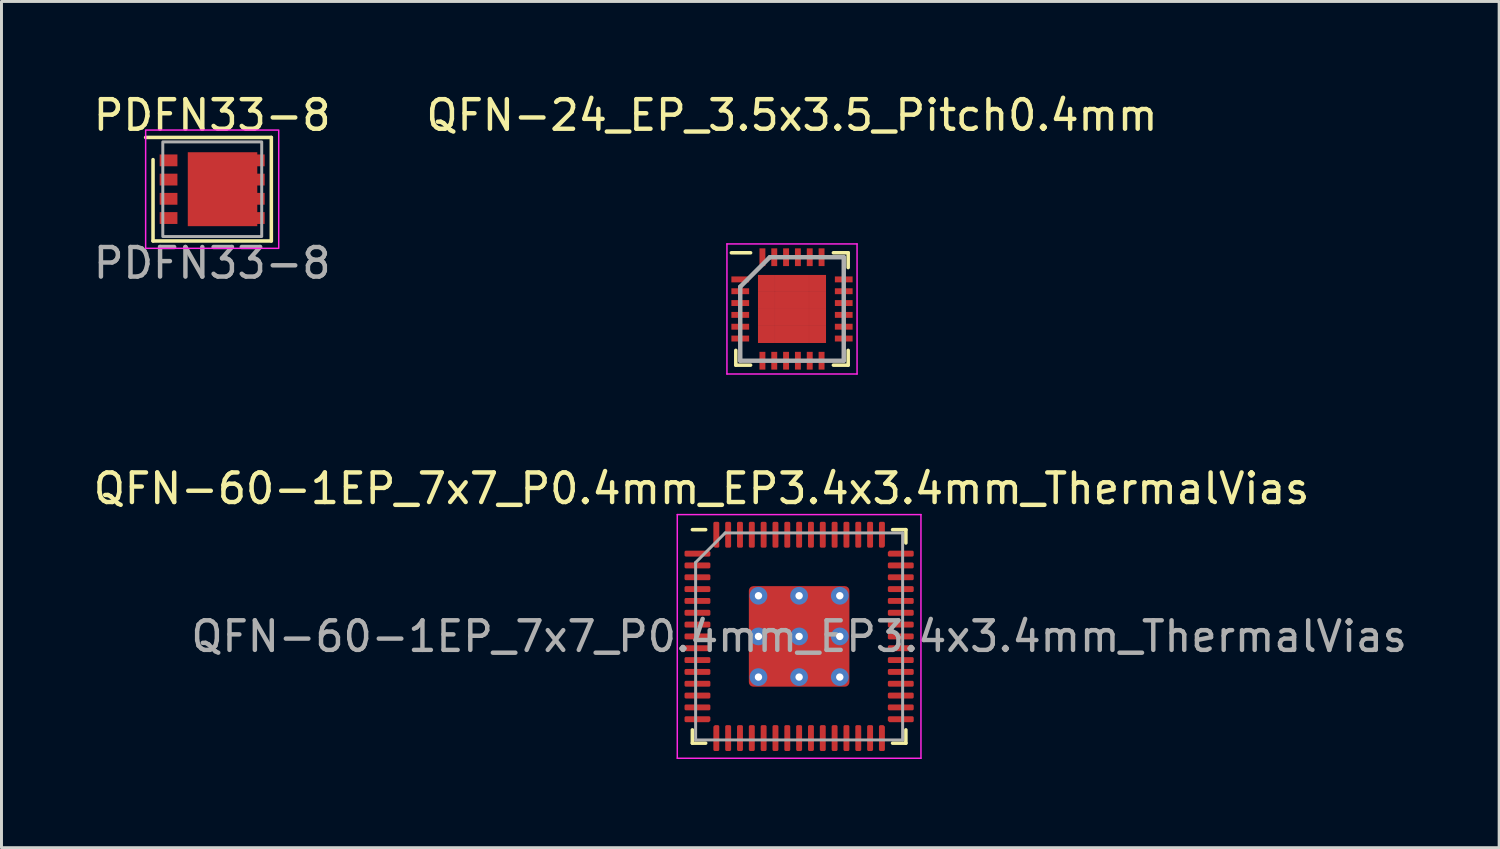
<source format=kicad_pcb>
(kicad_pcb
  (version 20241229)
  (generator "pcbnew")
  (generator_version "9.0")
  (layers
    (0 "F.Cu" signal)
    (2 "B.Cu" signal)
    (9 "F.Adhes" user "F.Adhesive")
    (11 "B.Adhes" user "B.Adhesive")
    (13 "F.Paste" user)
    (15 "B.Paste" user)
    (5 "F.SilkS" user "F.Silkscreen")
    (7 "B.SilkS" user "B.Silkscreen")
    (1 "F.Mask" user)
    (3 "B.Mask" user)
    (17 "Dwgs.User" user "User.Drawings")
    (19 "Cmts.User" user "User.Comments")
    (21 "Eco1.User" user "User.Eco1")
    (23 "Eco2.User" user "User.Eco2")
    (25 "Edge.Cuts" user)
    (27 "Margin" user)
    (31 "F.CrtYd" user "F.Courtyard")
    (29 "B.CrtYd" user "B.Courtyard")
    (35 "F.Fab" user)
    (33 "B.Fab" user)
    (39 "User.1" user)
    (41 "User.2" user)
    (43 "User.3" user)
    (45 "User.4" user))
  (footprint "PDFN33-8"
    (layer "F.Cu")
    (at 4.125 3.348)
    (property "Reference" "PDFN33-8" (at 0 -2.5 0) (unlocked yes) (layer "F.SilkS") (effects (font (size 1 1) (thickness 0.15))))
    (attr smd)
    (fp_line (start -2.25 -1.75) (end 2 -1.75) (stroke (width 0.12) (type default)) (layer "F.SilkS"))
    (fp_line (start -2 1.75) (end -2 -1) (stroke (width 0.12) (type default)) (layer "F.SilkS"))
    (fp_line (start 2 -1.75) (end 2 1.75) (stroke (width 0.12) (type default)) (layer "F.SilkS"))
    (fp_line (start 2 1.75) (end -2 1.75) (stroke (width 0.12) (type default)) (layer "F.SilkS"))
    (fp_rect (start -2.25 -2) (end 2.25 2) (stroke (width 0.05) (type default)) (fill no) (layer "F.CrtYd"))
    (fp_rect (start -1.67 -1.6) (end 1.675 1.6) (stroke (width 0.1) (type default)) (fill no) (layer "F.Fab"))
    (fp_text user "${REFERENCE}" (at 0 2.5 0) (unlocked yes) (layer "F.Fab") (effects (font (size 1 1) (thickness 0.15))))
    (pad "1" smd rect (at -1.475 -0.975) (size 0.6 0.4) (layers "F.Cu" "F.Mask" "F.Paste"))
    (pad "2" smd rect (at -1.475 -0.325) (size 0.6 0.4) (layers "F.Cu" "F.Mask" "F.Paste"))
    (pad "3" smd rect (at -1.475 0.325) (size 0.6 0.4) (layers "F.Cu" "F.Mask" "F.Paste"))
    (pad "4" smd rect (at -1.475 0.975) (size 0.6 0.4) (layers "F.Cu" "F.Mask" "F.Paste"))
    (pad "5" smd rect (at 0.35 0) (size 2.35 2.5) (layers "F.Cu" "F.Mask" "F.Paste"))
    (pad "5" smd rect (at 1.475 0.975) (size 0.6 0.4) (layers "F.Cu" "F.Mask" "F.Paste"))
    (pad "6" smd rect (at 1.475 0.325) (size 0.6 0.4) (layers "F.Cu" "F.Mask" "F.Paste"))
    (pad "7" smd rect (at 1.475 -0.325) (size 0.6 0.4) (layers "F.Cu" "F.Mask" "F.Paste"))
    (pad "8" smd rect (at 1.475 -0.975) (size 0.6 0.4) (layers "F.Cu" "F.Mask" "F.Paste")))
  (footprint "QFN-60-1EP_7x7_P0.4mm_EP3.4x3.4mm_ThermalVias"
    (layer "F.Cu")
    (at 23.973 18.471)
    (property "Reference" "QFN-60-1EP_7x7_P0.4mm_EP3.4x3.4mm_ThermalVias" (at -3.3 -5 0) (layer "F.SilkS") (effects (font (size 1 1) (thickness 0.15))))
    (attr smd)
    (fp_line (start -3.61 3.61) (end -3.61 3.16) (stroke (width 0.12) (type solid)) (layer "F.SilkS"))
    (fp_line (start -3.16 -3.61) (end -3.61 -3.61) (stroke (width 0.12) (type solid)) (layer "F.SilkS"))
    (fp_line (start -3.16 3.61) (end -3.61 3.61) (stroke (width 0.12) (type solid)) (layer "F.SilkS"))
    (fp_line (start 3.16 -3.61) (end 3.61 -3.61) (stroke (width 0.12) (type solid)) (layer "F.SilkS"))
    (fp_line (start 3.16 3.61) (end 3.61 3.61) (stroke (width 0.12) (type solid)) (layer "F.SilkS"))
    (fp_line (start 3.61 -3.61) (end 3.61 -3.16) (stroke (width 0.12) (type solid)) (layer "F.SilkS"))
    (fp_line (start 3.61 3.61) (end 3.61 3.16) (stroke (width 0.12) (type solid)) (layer "F.SilkS"))
    (fp_line (start -4.12 -4.12) (end -4.12 4.12) (stroke (width 0.05) (type solid)) (layer "F.CrtYd"))
    (fp_line (start -4.12 4.12) (end 4.12 4.12) (stroke (width 0.05) (type solid)) (layer "F.CrtYd"))
    (fp_line (start 4.12 -4.12) (end -4.12 -4.12) (stroke (width 0.05) (type solid)) (layer "F.CrtYd"))
    (fp_line (start 4.12 4.12) (end 4.12 -4.12) (stroke (width 0.05) (type solid)) (layer "F.CrtYd"))
    (fp_line (start -3.5 -2.5) (end -2.5 -3.5) (stroke (width 0.1) (type solid)) (layer "F.Fab"))
    (fp_line (start -3.5 3.5) (end -3.5 -2.5) (stroke (width 0.1) (type solid)) (layer "F.Fab"))
    (fp_line (start -2.5 -3.5) (end 3.5 -3.5) (stroke (width 0.1) (type solid)) (layer "F.Fab"))
    (fp_line (start 3.5 -3.5) (end 3.5 3.5) (stroke (width 0.1) (type solid)) (layer "F.Fab"))
    (fp_line (start 3.5 3.5) (end -3.5 3.5) (stroke (width 0.1) (type solid)) (layer "F.Fab"))
    (fp_text user "${REFERENCE}" (at 0 0 0) (layer "F.Fab") (effects (font (size 1 1) (thickness 0.15))))
    (pad "" smd roundrect (at -0.7 -0.7) (size 1.2 1.2) (layers "F.Paste") (roundrect_rratio 0.208))
    (pad "" smd roundrect (at -0.7 0.7) (size 1.2 1.2) (layers "F.Paste") (roundrect_rratio 0.208))
    (pad "" smd roundrect (at 0.7 -0.7) (size 1.2 1.2) (layers "F.Paste") (roundrect_rratio 0.208))
    (pad "" smd roundrect (at 0.7 0.7) (size 1.2 1.2) (layers "F.Paste") (roundrect_rratio 0.208))
    (pad "1" smd roundrect (at -3.438 -2.8) (size 0.875 0.2) (layers "F.Cu" "F.Mask" "F.Paste") (roundrect_rratio 0.25) (chamfer_ratio 0.25) (chamfer top_right))
    (pad "2" smd roundrect (at -3.438 -2.4) (size 0.875 0.2) (layers "F.Cu" "F.Mask" "F.Paste") (roundrect_rratio 0.25))
    (pad "3" smd roundrect (at -3.438 -2) (size 0.875 0.2) (layers "F.Cu" "F.Mask" "F.Paste") (roundrect_rratio 0.25))
    (pad "4" smd roundrect (at -3.438 -1.6) (size 0.875 0.2) (layers "F.Cu" "F.Mask" "F.Paste") (roundrect_rratio 0.25))
    (pad "5" smd roundrect (at -3.438 -1.2) (size 0.875 0.2) (layers "F.Cu" "F.Mask" "F.Paste") (roundrect_rratio 0.25))
    (pad "6" smd roundrect (at -3.438 -0.8) (size 0.875 0.2) (layers "F.Cu" "F.Mask" "F.Paste") (roundrect_rratio 0.25))
    (pad "7" smd roundrect (at -3.438 -0.4) (size 0.875 0.2) (layers "F.Cu" "F.Mask" "F.Paste") (roundrect_rratio 0.25))
    (pad "8" smd roundrect (at -3.438 0) (size 0.875 0.2) (layers "F.Cu" "F.Mask" "F.Paste") (roundrect_rratio 0.25))
    (pad "9" smd roundrect (at -3.438 0.4) (size 0.875 0.2) (layers "F.Cu" "F.Mask" "F.Paste") (roundrect_rratio 0.25))
    (pad "10" smd roundrect (at -3.438 0.8) (size 0.875 0.2) (layers "F.Cu" "F.Mask" "F.Paste") (roundrect_rratio 0.25))
    (pad "11" smd roundrect (at -3.438 1.2) (size 0.875 0.2) (layers "F.Cu" "F.Mask" "F.Paste") (roundrect_rratio 0.25))
    (pad "12" smd roundrect (at -3.438 1.6) (size 0.875 0.2) (layers "F.Cu" "F.Mask" "F.Paste") (roundrect_rratio 0.25))
    (pad "13" smd roundrect (at -3.438 2) (size 0.875 0.2) (layers "F.Cu" "F.Mask" "F.Paste") (roundrect_rratio 0.25))
    (pad "14" smd roundrect (at -3.438 2.4) (size 0.875 0.2) (layers "F.Cu" "F.Mask" "F.Paste") (roundrect_rratio 0.25))
    (pad "15" smd roundrect (at -3.438 2.8) (size 0.875 0.2) (layers "F.Cu" "F.Mask" "F.Paste") (roundrect_rratio 0.25) (chamfer_ratio 0.25) (chamfer bottom_right))
    (pad "16" smd roundrect (at -2.8 3.438) (size 0.2 0.875) (layers "F.Cu" "F.Mask" "F.Paste") (roundrect_rratio 0.25) (chamfer_ratio 0.25) (chamfer top_left))
    (pad "17" smd roundrect (at -2.4 3.438) (size 0.2 0.875) (layers "F.Cu" "F.Mask" "F.Paste") (roundrect_rratio 0.25))
    (pad "18" smd roundrect (at -2 3.438) (size 0.2 0.875) (layers "F.Cu" "F.Mask" "F.Paste") (roundrect_rratio 0.25))
    (pad "19" smd roundrect (at -1.6 3.438) (size 0.2 0.875) (layers "F.Cu" "F.Mask" "F.Paste") (roundrect_rratio 0.25))
    (pad "20" smd roundrect (at -1.2 3.438) (size 0.2 0.875) (layers "F.Cu" "F.Mask" "F.Paste") (roundrect_rratio 0.25))
    (pad "21" smd roundrect (at -0.8 3.438) (size 0.2 0.875) (layers "F.Cu" "F.Mask" "F.Paste") (roundrect_rratio 0.25))
    (pad "22" smd roundrect (at -0.4 3.438) (size 0.2 0.875) (layers "F.Cu" "F.Mask" "F.Paste") (roundrect_rratio 0.25))
    (pad "23" smd roundrect (at 0 3.438) (size 0.2 0.875) (layers "F.Cu" "F.Mask" "F.Paste") (roundrect_rratio 0.25))
    (pad "24" smd roundrect (at 0.4 3.438) (size 0.2 0.875) (layers "F.Cu" "F.Mask" "F.Paste") (roundrect_rratio 0.25))
    (pad "25" smd roundrect (at 0.8 3.438) (size 0.2 0.875) (layers "F.Cu" "F.Mask" "F.Paste") (roundrect_rratio 0.25))
    (pad "26" smd roundrect (at 1.2 3.438) (size 0.2 0.875) (layers "F.Cu" "F.Mask" "F.Paste") (roundrect_rratio 0.25))
    (pad "27" smd roundrect (at 1.6 3.438) (size 0.2 0.875) (layers "F.Cu" "F.Mask" "F.Paste") (roundrect_rratio 0.25))
    (pad "28" smd roundrect (at 2 3.438) (size 0.2 0.875) (layers "F.Cu" "F.Mask" "F.Paste") (roundrect_rratio 0.25))
    (pad "29" smd roundrect (at 2.4 3.438) (size 0.2 0.875) (layers "F.Cu" "F.Mask" "F.Paste") (roundrect_rratio 0.25))
    (pad "30" smd roundrect (at 2.8 3.438) (size 0.2 0.875) (layers "F.Cu" "F.Mask" "F.Paste") (roundrect_rratio 0.25) (chamfer_ratio 0.25) (chamfer top_right))
    (pad "31" smd roundrect (at 3.438 2.8) (size 0.875 0.2) (layers "F.Cu" "F.Mask" "F.Paste") (roundrect_rratio 0.25) (chamfer_ratio 0.25) (chamfer bottom_left))
    (pad "32" smd roundrect (at 3.438 2.4) (size 0.875 0.2) (layers "F.Cu" "F.Mask" "F.Paste") (roundrect_rratio 0.25))
    (pad "33" smd roundrect (at 3.438 2) (size 0.875 0.2) (layers "F.Cu" "F.Mask" "F.Paste") (roundrect_rratio 0.25))
    (pad "34" smd roundrect (at 3.438 1.6) (size 0.875 0.2) (layers "F.Cu" "F.Mask" "F.Paste") (roundrect_rratio 0.25))
    (pad "35" smd roundrect (at 3.438 1.2) (size 0.875 0.2) (layers "F.Cu" "F.Mask" "F.Paste") (roundrect_rratio 0.25))
    (pad "36" smd roundrect (at 3.438 0.8) (size 0.875 0.2) (layers "F.Cu" "F.Mask" "F.Paste") (roundrect_rratio 0.25))
    (pad "37" smd roundrect (at 3.438 0.4) (size 0.875 0.2) (layers "F.Cu" "F.Mask" "F.Paste") (roundrect_rratio 0.25))
    (pad "38" smd roundrect (at 3.438 0) (size 0.875 0.2) (layers "F.Cu" "F.Mask" "F.Paste") (roundrect_rratio 0.25))
    (pad "39" smd roundrect (at 3.438 -0.4) (size 0.875 0.2) (layers "F.Cu" "F.Mask" "F.Paste") (roundrect_rratio 0.25))
    (pad "40" smd roundrect (at 3.438 -0.8) (size 0.875 0.2) (layers "F.Cu" "F.Mask" "F.Paste") (roundrect_rratio 0.25))
    (pad "41" smd roundrect (at 3.438 -1.2) (size 0.875 0.2) (layers "F.Cu" "F.Mask" "F.Paste") (roundrect_rratio 0.25))
    (pad "42" smd roundrect (at 3.438 -1.6) (size 0.875 0.2) (layers "F.Cu" "F.Mask" "F.Paste") (roundrect_rratio 0.25))
    (pad "43" smd roundrect (at 3.438 -2) (size 0.875 0.2) (layers "F.Cu" "F.Mask" "F.Paste") (roundrect_rratio 0.25))
    (pad "44" smd roundrect (at 3.438 -2.4) (size 0.875 0.2) (layers "F.Cu" "F.Mask" "F.Paste") (roundrect_rratio 0.25))
    (pad "45" smd roundrect (at 3.438 -2.8) (size 0.875 0.2) (layers "F.Cu" "F.Mask" "F.Paste") (roundrect_rratio 0.25) (chamfer_ratio 0.25) (chamfer top_left))
    (pad "46" smd roundrect (at 2.8 -3.438) (size 0.2 0.875) (layers "F.Cu" "F.Mask" "F.Paste") (roundrect_rratio 0.25) (chamfer_ratio 0.25) (chamfer bottom_right))
    (pad "47" smd roundrect (at 2.4 -3.438) (size 0.2 0.875) (layers "F.Cu" "F.Mask" "F.Paste") (roundrect_rratio 0.25))
    (pad "48" smd roundrect (at 2 -3.438) (size 0.2 0.875) (layers "F.Cu" "F.Mask" "F.Paste") (roundrect_rratio 0.25))
    (pad "49" smd roundrect (at 1.6 -3.438) (size 0.2 0.875) (layers "F.Cu" "F.Mask" "F.Paste") (roundrect_rratio 0.25))
    (pad "50" smd roundrect (at 1.2 -3.438) (size 0.2 0.875) (layers "F.Cu" "F.Mask" "F.Paste") (roundrect_rratio 0.25))
    (pad "51" smd roundrect (at 0.8 -3.438) (size 0.2 0.875) (layers "F.Cu" "F.Mask" "F.Paste") (roundrect_rratio 0.25))
    (pad "52" smd roundrect (at 0.4 -3.438) (size 0.2 0.875) (layers "F.Cu" "F.Mask" "F.Paste") (roundrect_rratio 0.25))
    (pad "53" smd roundrect (at 0 -3.438) (size 0.2 0.875) (layers "F.Cu" "F.Mask" "F.Paste") (roundrect_rratio 0.25))
    (pad "54" smd roundrect (at -0.4 -3.438) (size 0.2 0.875) (layers "F.Cu" "F.Mask" "F.Paste") (roundrect_rratio 0.25))
    (pad "55" smd roundrect (at -0.8 -3.438) (size 0.2 0.875) (layers "F.Cu" "F.Mask" "F.Paste") (roundrect_rratio 0.25))
    (pad "56" smd roundrect (at -1.2 -3.438) (size 0.2 0.875) (layers "F.Cu" "F.Mask" "F.Paste") (roundrect_rratio 0.25))
    (pad "57" smd roundrect (at -1.6 -3.438) (size 0.2 0.875) (layers "F.Cu" "F.Mask" "F.Paste") (roundrect_rratio 0.25))
    (pad "58" smd roundrect (at -2 -3.438) (size 0.2 0.875) (layers "F.Cu" "F.Mask" "F.Paste") (roundrect_rratio 0.25))
    (pad "59" smd roundrect (at -2.4 -3.438) (size 0.2 0.875) (layers "F.Cu" "F.Mask" "F.Paste") (roundrect_rratio 0.25))
    (pad "60" smd roundrect (at -2.8 -3.438) (size 0.2 0.875) (layers "F.Cu" "F.Mask" "F.Paste") (roundrect_rratio 0.25) (chamfer_ratio 0.25) (chamfer bottom_left))
    (pad "61" thru_hole circle (at -1.375 -1.375) (size 0.6 0.6) (drill 0.25) (layers "*.Cu"))
    (pad "61" thru_hole circle (at -1.375 0) (size 0.6 0.6) (drill 0.25) (layers "*.Cu"))
    (pad "61" thru_hole circle (at -1.375 1.375) (size 0.6 0.6) (drill 0.25) (layers "*.Cu"))
    (pad "61" thru_hole circle (at 0 -1.375) (size 0.6 0.6) (drill 0.25) (layers "*.Cu"))
    (pad "61" thru_hole circle (at 0 0) (size 0.6 0.6) (drill 0.25) (layers "*.Cu"))
    (pad "61" smd roundrect (at 0 0 90) (size 3.4 3.4) (layers "F.Cu" "F.Mask") (roundrect_rratio 0.045))
    (pad "61" thru_hole circle (at 0 1.375) (size 0.6 0.6) (drill 0.25) (layers "*.Cu"))
    (pad "61" thru_hole circle (at 1.375 -1.375) (size 0.6 0.6) (drill 0.25) (layers "*.Cu"))
    (pad "61" thru_hole circle (at 1.375 0) (size 0.6 0.6) (drill 0.25) (layers "*.Cu"))
    (pad "61" thru_hole circle (at 1.375 1.375) (size 0.6 0.6) (drill 0.25) (layers "*.Cu")))
  (footprint "QFN-24_EP_3.5x3.5_Pitch0.4mm"
    (layer "F.Cu")
    (at 23.732 7.398)
    (property "Reference" "QFN-24_EP_3.5x3.5_Pitch0.4mm" (at 0 -6.55 0) (layer "F.SilkS") (effects (font (size 1 1) (thickness 0.15))))
    (attr through_hole)
    (fp_line (start -1.9 1.9) (end -1.9 1.4) (stroke (width 0.12) (type solid)) (layer "F.SilkS"))
    (fp_line (start -1.4 -1.9) (end -2.05 -1.9) (stroke (width 0.12) (type solid)) (layer "F.SilkS"))
    (fp_line (start -1.4 1.9) (end -1.9 1.9) (stroke (width 0.12) (type solid)) (layer "F.SilkS"))
    (fp_line (start 1.4 -1.9) (end 1.9 -1.9) (stroke (width 0.12) (type solid)) (layer "F.SilkS"))
    (fp_line (start 1.4 1.9) (end 1.9 1.9) (stroke (width 0.12) (type solid)) (layer "F.SilkS"))
    (fp_line (start 1.9 -1.9) (end 1.9 -1.4) (stroke (width 0.12) (type solid)) (layer "F.SilkS"))
    (fp_line (start 1.9 1.9) (end 1.9 1.4) (stroke (width 0.12) (type solid)) (layer "F.SilkS"))
    (fp_line (start -2.2 2.2) (end -2.2 -2.2) (stroke (width 0.05) (type solid)) (layer "F.CrtYd"))
    (fp_line (start 2.2 -2.2) (end -2.2 -2.2) (stroke (width 0.05) (type solid)) (layer "F.CrtYd"))
    (fp_line (start 2.2 -2.2) (end 2.2 2.2) (stroke (width 0.05) (type solid)) (layer "F.CrtYd"))
    (fp_line (start 2.2 2.2) (end -2.2 2.2) (stroke (width 0.05) (type solid)) (layer "F.CrtYd"))
    (fp_line (start -1.75 -0.75) (end -1.75 1.75) (stroke (width 0.15) (type solid)) (layer "F.Fab"))
    (fp_line (start -1.75 1.75) (end 1.75 1.75) (stroke (width 0.15) (type solid)) (layer "F.Fab"))
    (fp_line (start -0.75 -1.75) (end -1.75 -0.75) (stroke (width 0.15) (type solid)) (layer "F.Fab"))
    (fp_line (start 1.75 -1.75) (end -0.75 -1.75) (stroke (width 0.15) (type solid)) (layer "F.Fab"))
    (fp_line (start 1.75 1.75) (end 1.75 -1.75) (stroke (width 0.15) (type solid)) (layer "F.Fab"))
    (pad "1" smd rect (at -1.75 -1 90) (size 0.2 0.6) (layers "F.Cu" "F.Mask" "F.Paste"))
    (pad "2" smd rect (at -1.75 -0.6 90) (size 0.2 0.6) (layers "F.Cu" "F.Mask" "F.Paste"))
    (pad "3" smd rect (at -1.75 -0.2 90) (size 0.2 0.6) (layers "F.Cu" "F.Mask" "F.Paste"))
    (pad "4" smd rect (at -1.75 0.2 90) (size 0.2 0.6) (layers "F.Cu" "F.Mask" "F.Paste"))
    (pad "5" smd rect (at -1.75 0.6 90) (size 0.2 0.6) (layers "F.Cu" "F.Mask" "F.Paste"))
    (pad "6" smd rect (at -1.75 1 90) (size 0.2 0.6) (layers "F.Cu" "F.Mask" "F.Paste"))
    (pad "7" smd rect (at -1 1.75) (size 0.2 0.6) (layers "F.Cu" "F.Mask" "F.Paste"))
    (pad "8" smd rect (at -0.6 1.75) (size 0.2 0.6) (layers "F.Cu" "F.Mask" "F.Paste"))
    (pad "9" smd rect (at -0.2 1.75) (size 0.2 0.6) (layers "F.Cu" "F.Mask" "F.Paste"))
    (pad "10" smd rect (at 0.2 1.75) (size 0.2 0.6) (layers "F.Cu" "F.Mask" "F.Paste"))
    (pad "11" smd rect (at 0.6 1.75) (size 0.2 0.6) (layers "F.Cu" "F.Mask" "F.Paste"))
    (pad "12" smd rect (at 1 1.75) (size 0.2 0.6) (layers "F.Cu" "F.Mask" "F.Paste"))
    (pad "13" smd rect (at 1.75 1 90) (size 0.2 0.6) (layers "F.Cu" "F.Mask" "F.Paste"))
    (pad "14" smd rect (at 1.75 0.6 90) (size 0.2 0.6) (layers "F.Cu" "F.Mask" "F.Paste"))
    (pad "15" smd rect (at 1.75 0.2 90) (size 0.2 0.6) (layers "F.Cu" "F.Mask" "F.Paste"))
    (pad "16" smd rect (at 1.75 -0.2 90) (size 0.2 0.6) (layers "F.Cu" "F.Mask" "F.Paste"))
    (pad "17" smd rect (at 1.75 -0.6 90) (size 0.2 0.6) (layers "F.Cu" "F.Mask" "F.Paste"))
    (pad "18" smd rect (at 1.75 -1 90) (size 0.2 0.6) (layers "F.Cu" "F.Mask" "F.Paste"))
    (pad "19" smd rect (at 1 -1.75) (size 0.2 0.6) (layers "F.Cu" "F.Mask" "F.Paste"))
    (pad "20" smd rect (at 0.6 -1.75) (size 0.2 0.6) (layers "F.Cu" "F.Mask" "F.Paste"))
    (pad "21" smd rect (at 0.2 -1.75) (size 0.2 0.6) (layers "F.Cu" "F.Mask" "F.Paste"))
    (pad "22" smd rect (at -0.2 -1.75) (size 0.2 0.6) (layers "F.Cu" "F.Mask" "F.Paste"))
    (pad "23" smd rect (at -0.6 -1.75) (size 0.2 0.6) (layers "F.Cu" "F.Mask" "F.Paste"))
    (pad "24" smd rect (at -1 -1.75) (size 0.2 0.6) (layers "F.Cu" "F.Mask" "F.Paste"))
    (pad "25" smd rect (at -0.863 -0.863) (size 0.575 0.575) (layers "F.Cu" "F.Mask" "F.Paste"))
    (pad "25" smd rect (at -0.863 -0.287) (size 0.575 0.575) (layers "F.Cu" "F.Mask" "F.Paste"))
    (pad "25" smd rect (at -0.863 0.287) (size 0.575 0.575) (layers "F.Cu" "F.Mask" "F.Paste"))
    (pad "25" smd rect (at -0.863 0.863) (size 0.575 0.575) (layers "F.Cu" "F.Mask" "F.Paste"))
    (pad "25" smd rect (at -0.287 -0.863) (size 0.575 0.575) (layers "F.Cu" "F.Mask" "F.Paste"))
    (pad "25" smd rect (at -0.287 -0.287) (size 0.575 0.575) (layers "F.Cu" "F.Mask" "F.Paste"))
    (pad "25" smd rect (at -0.287 0.287) (size 0.575 0.575) (layers "F.Cu" "F.Mask" "F.Paste"))
    (pad "25" smd rect (at -0.287 0.863) (size 0.575 0.575) (layers "F.Cu" "F.Mask" "F.Paste"))
    (pad "25" smd rect (at 0.287 -0.863) (size 0.575 0.575) (layers "F.Cu" "F.Mask" "F.Paste"))
    (pad "25" smd rect (at 0.287 -0.287) (size 0.575 0.575) (layers "F.Cu" "F.Mask" "F.Paste"))
    (pad "25" smd rect (at 0.287 0.287) (size 0.575 0.575) (layers "F.Cu" "F.Mask" "F.Paste"))
    (pad "25" smd rect (at 0.287 0.863) (size 0.575 0.575) (layers "F.Cu" "F.Mask" "F.Paste"))
    (pad "25" smd rect (at 0.863 -0.863) (size 0.575 0.575) (layers "F.Cu" "F.Mask" "F.Paste"))
    (pad "25" smd rect (at 0.863 -0.287) (size 0.575 0.575) (layers "F.Cu" "F.Mask" "F.Paste"))
    (pad "25" smd rect (at 0.863 0.287) (size 0.575 0.575) (layers "F.Cu" "F.Mask" "F.Paste"))
    (pad "25" smd rect (at 0.863 0.863) (size 0.575 0.575) (layers "F.Cu" "F.Mask" "F.Paste")))
  (gr_rect
    (start -3 -3)
    (end 47.645 25.616)
    (stroke (width 0.1) (type default))
    (fill no)
    (layer "Edge.Cuts")))
</source>
